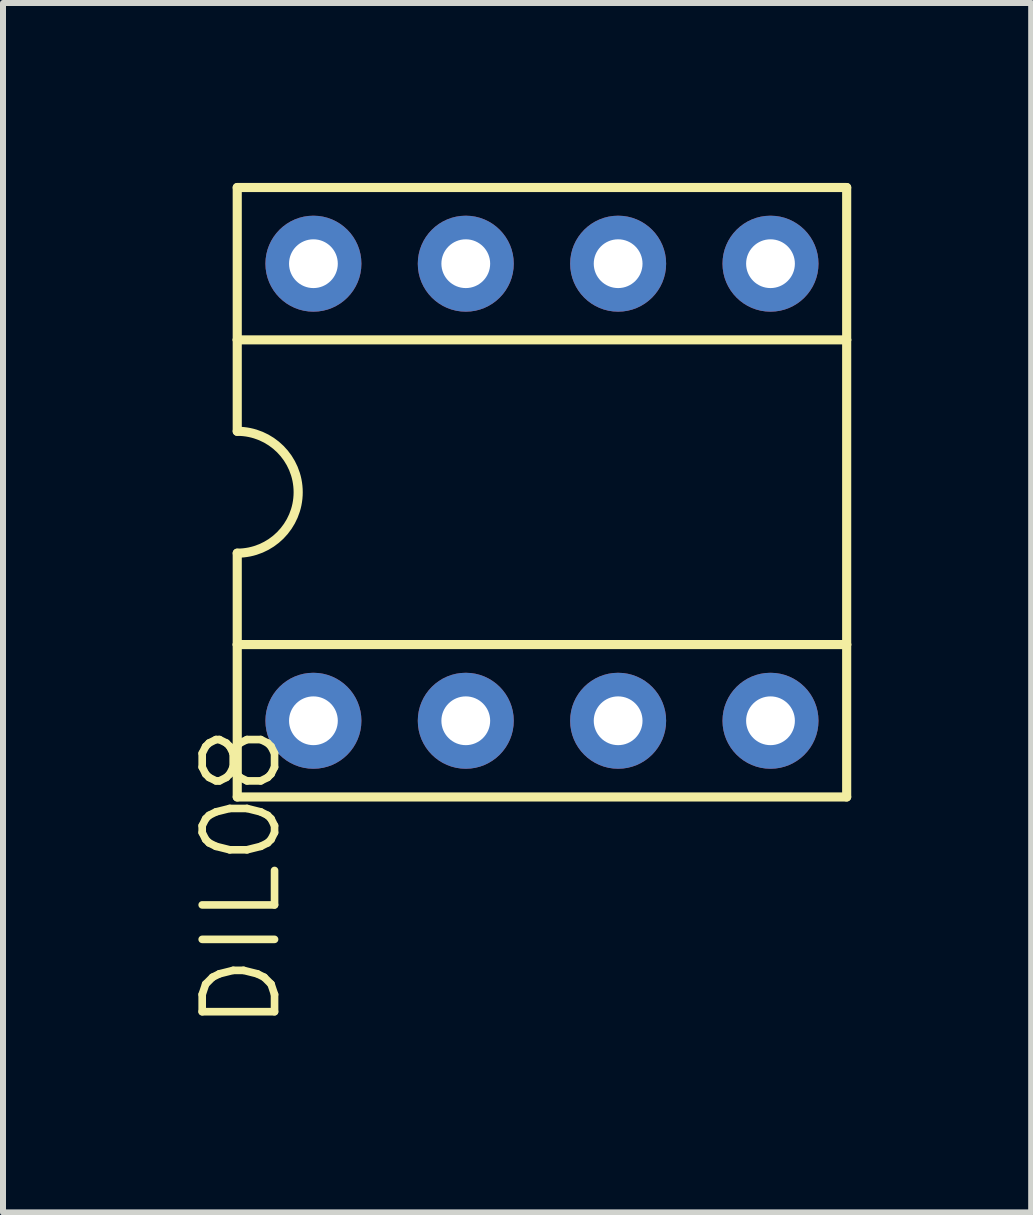
<source format=kicad_pcb>
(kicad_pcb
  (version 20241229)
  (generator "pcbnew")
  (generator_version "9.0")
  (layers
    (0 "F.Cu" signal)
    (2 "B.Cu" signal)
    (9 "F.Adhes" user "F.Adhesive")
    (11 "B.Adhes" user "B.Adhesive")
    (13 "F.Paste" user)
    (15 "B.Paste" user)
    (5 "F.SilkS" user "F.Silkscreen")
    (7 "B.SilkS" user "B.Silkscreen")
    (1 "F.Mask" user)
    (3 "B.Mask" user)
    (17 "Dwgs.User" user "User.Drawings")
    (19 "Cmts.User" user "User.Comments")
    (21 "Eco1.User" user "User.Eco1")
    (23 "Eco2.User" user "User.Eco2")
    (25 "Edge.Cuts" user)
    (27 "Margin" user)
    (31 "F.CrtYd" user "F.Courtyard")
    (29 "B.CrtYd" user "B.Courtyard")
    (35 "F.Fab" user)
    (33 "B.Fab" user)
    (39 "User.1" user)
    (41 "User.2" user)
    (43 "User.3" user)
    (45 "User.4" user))
  (footprint "DIL08"
    (layer "F.Cu")
    (at 5.985 5.156)
    (property "Reference" "DIL08" (at -5.715 3.81 90) (layer "F.SilkS") (effects (font (size 1.206 1.206) (thickness 0.127)) (justify right top)))
    (attr through_hole)
    (fp_line (start -5.08 -5.08) (end -5.08 -2.54) (stroke (width 0.152) (type solid)) (layer "F.SilkS"))
    (fp_line (start -5.08 -2.54) (end -5.08 -1.016) (stroke (width 0.152) (type solid)) (layer "F.SilkS"))
    (fp_line (start -5.08 -2.54) (end 5.08 -2.54) (stroke (width 0.152) (type solid)) (layer "F.SilkS"))
    (fp_line (start -5.08 2.54) (end -5.08 1.016) (stroke (width 0.152) (type solid)) (layer "F.SilkS"))
    (fp_line (start -5.08 2.54) (end 5.08 2.54) (stroke (width 0.152) (type solid)) (layer "F.SilkS"))
    (fp_line (start -5.08 5.08) (end -5.08 2.54) (stroke (width 0.152) (type solid)) (layer "F.SilkS"))
    (fp_line (start -5.08 5.08) (end 5.08 5.08) (stroke (width 0.152) (type solid)) (layer "F.SilkS"))
    (fp_line (start 5.08 -5.08) (end -5.08 -5.08) (stroke (width 0.152) (type solid)) (layer "F.SilkS"))
    (fp_line (start 5.08 -5.08) (end 5.08 -2.54) (stroke (width 0.152) (type solid)) (layer "F.SilkS"))
    (fp_line (start 5.08 -2.54) (end 5.08 2.54) (stroke (width 0.152) (type solid)) (layer "F.SilkS"))
    (fp_line (start 5.08 2.54) (end 5.08 5.08) (stroke (width 0.152) (type solid)) (layer "F.SilkS"))
    (fp_arc (start -5.08 -1.016) (mid -4.064 0) (end -5.08 1.016) (stroke (width 0.1524) (type solid)) (layer "F.SilkS"))
    (pad "1" thru_hole circle (at -3.81 3.81) (size 1.6 1.6) (drill 0.813) (layers "*.Cu" "*.Mask"))
    (pad "2" thru_hole circle (at -1.27 3.81) (size 1.6 1.6) (drill 0.813) (layers "*.Cu" "*.Mask"))
    (pad "3" thru_hole circle (at 1.27 3.81) (size 1.6 1.6) (drill 0.813) (layers "*.Cu" "*.Mask"))
    (pad "4" thru_hole circle (at 3.81 3.81) (size 1.6 1.6) (drill 0.813) (layers "*.Cu" "*.Mask"))
    (pad "5" thru_hole circle (at 3.81 -3.81) (size 1.6 1.6) (drill 0.813) (layers "*.Cu" "*.Mask"))
    (pad "6" thru_hole circle (at 1.27 -3.81) (size 1.6 1.6) (drill 0.813) (layers "*.Cu" "*.Mask"))
    (pad "7" thru_hole circle (at -1.27 -3.81) (size 1.6 1.6) (drill 0.813) (layers "*.Cu" "*.Mask"))
    (pad "8" thru_hole circle (at -3.81 -3.81) (size 1.6 1.6) (drill 0.813) (layers "*.Cu" "*.Mask")))
  (gr_rect
    (start -3 -3)
    (end 14.141 17.162)
    (stroke (width 0.1) (type default))
    (fill no)
    (layer "Edge.Cuts")))
</source>
